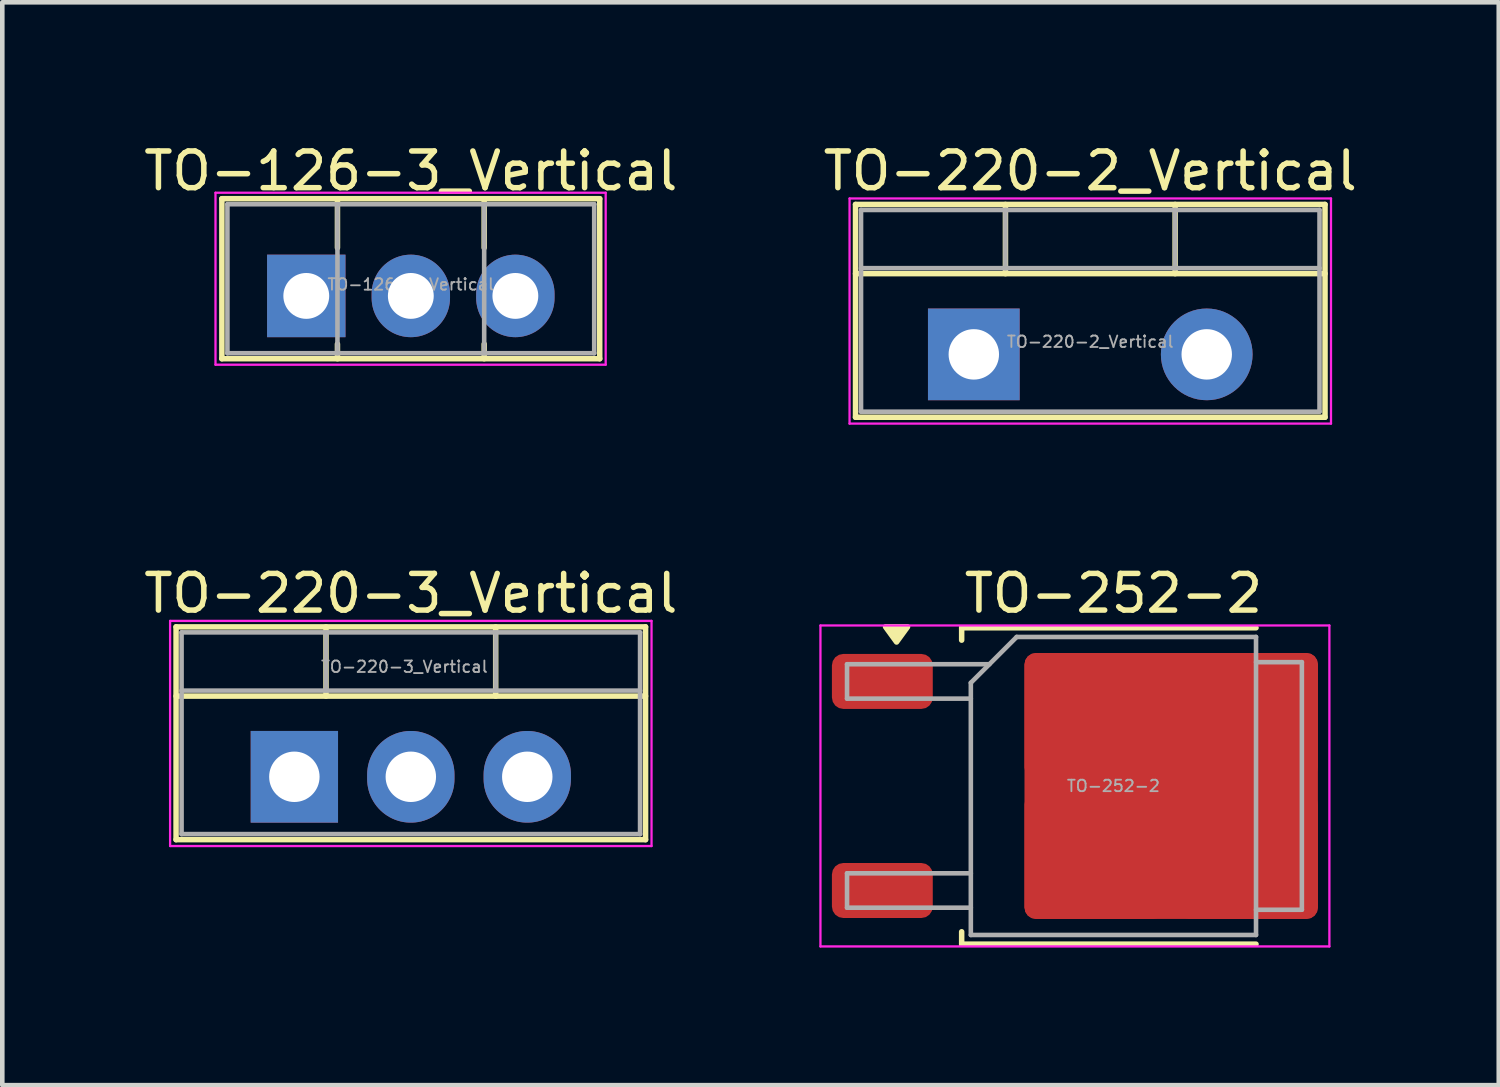
<source format=kicad_pcb>
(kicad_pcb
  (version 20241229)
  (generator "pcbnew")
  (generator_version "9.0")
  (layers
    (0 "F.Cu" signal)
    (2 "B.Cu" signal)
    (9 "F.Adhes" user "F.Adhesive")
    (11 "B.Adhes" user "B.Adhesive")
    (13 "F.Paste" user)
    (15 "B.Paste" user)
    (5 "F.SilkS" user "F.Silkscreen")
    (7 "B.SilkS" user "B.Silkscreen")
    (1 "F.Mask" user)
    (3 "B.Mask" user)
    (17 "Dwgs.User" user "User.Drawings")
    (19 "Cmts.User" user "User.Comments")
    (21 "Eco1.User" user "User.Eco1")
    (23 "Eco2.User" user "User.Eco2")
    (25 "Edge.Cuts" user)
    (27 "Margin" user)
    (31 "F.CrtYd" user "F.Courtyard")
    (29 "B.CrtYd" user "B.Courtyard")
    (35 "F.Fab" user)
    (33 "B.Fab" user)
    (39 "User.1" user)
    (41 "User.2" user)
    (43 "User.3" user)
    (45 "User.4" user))
  (footprint "TO-252-2"
    (layer "F.Cu")
    (at 21.234 14.092)
    (property "Reference" "TO-252-2" (at 0 -4.2 0) (layer "F.SilkS") (effects (font (size 0.8 0.8) (thickness 0.12))))
    (attr smd)
    (fp_line (start -3.31 -3.45) (end -3.31 -3.18) (stroke (width 0.12) (type solid)) (layer "F.SilkS"))
    (fp_line (start -3.31 3.45) (end -3.31 3.18) (stroke (width 0.12) (type solid)) (layer "F.SilkS"))
    (fp_line (start 3.11 -3.45) (end -3.31 -3.45) (stroke (width 0.12) (type solid)) (layer "F.SilkS"))
    (fp_line (start 3.11 3.45) (end -3.31 3.45) (stroke (width 0.12) (type solid)) (layer "F.SilkS"))
    (fp_poly (pts (xy -4.73 -3.14) (xy -4.97 -3.47) (xy -4.49 -3.47) (xy -4.73 -3.14)) (stroke (width 0.12) (type solid)) (fill yes) (layer "F.SilkS"))
    (fp_line (start -6.39 -3.5) (end -6.39 3.5) (stroke (width 0.05) (type solid)) (layer "F.CrtYd"))
    (fp_line (start -6.39 3.5) (end 4.71 3.5) (stroke (width 0.05) (type solid)) (layer "F.CrtYd"))
    (fp_line (start 4.71 -3.5) (end -6.39 -3.5) (stroke (width 0.05) (type solid)) (layer "F.CrtYd"))
    (fp_line (start 4.71 3.5) (end 4.71 -3.5) (stroke (width 0.05) (type solid)) (layer "F.CrtYd"))
    (fp_line (start -5.81 -2.655) (end -5.81 -1.905) (stroke (width 0.1) (type solid)) (layer "F.Fab"))
    (fp_line (start -5.81 -1.905) (end -3.11 -1.905) (stroke (width 0.1) (type solid)) (layer "F.Fab"))
    (fp_line (start -5.81 1.905) (end -5.81 2.655) (stroke (width 0.1) (type solid)) (layer "F.Fab"))
    (fp_line (start -5.81 2.655) (end -3.11 2.655) (stroke (width 0.1) (type solid)) (layer "F.Fab"))
    (fp_line (start -3.11 -2.25) (end -2.11 -3.25) (stroke (width 0.1) (type solid)) (layer "F.Fab"))
    (fp_line (start -3.11 1.905) (end -5.81 1.905) (stroke (width 0.1) (type solid)) (layer "F.Fab"))
    (fp_line (start -3.11 3.25) (end -3.11 -2.25) (stroke (width 0.1) (type solid)) (layer "F.Fab"))
    (fp_line (start -2.705 -2.655) (end -5.81 -2.655) (stroke (width 0.1) (type solid)) (layer "F.Fab"))
    (fp_line (start -2.11 -3.25) (end 3.11 -3.25) (stroke (width 0.1) (type solid)) (layer "F.Fab"))
    (fp_line (start 3.11 -3.25) (end 3.11 3.25) (stroke (width 0.1) (type solid)) (layer "F.Fab"))
    (fp_line (start 3.11 -2.7) (end 4.11 -2.7) (stroke (width 0.1) (type solid)) (layer "F.Fab"))
    (fp_line (start 3.11 3.25) (end -3.11 3.25) (stroke (width 0.1) (type solid)) (layer "F.Fab"))
    (fp_line (start 4.11 -2.7) (end 4.11 2.7) (stroke (width 0.1) (type solid)) (layer "F.Fab"))
    (fp_line (start 4.11 2.7) (end 3.11 2.7) (stroke (width 0.1) (type solid)) (layer "F.Fab"))
    (fp_text user "${REFERENCE}" (at 0 0 0) (layer "F.Fab") (effects (font (size 0.25 0.25) (thickness 0.04))))
    (pad "1" smd roundrect (at -5.04 -2.28) (size 2.2 1.2) (layers "F.Cu" "F.Mask" "F.Paste") (roundrect_rratio 0.208))
    (pad "2" smd roundrect (at -0.415 -1.525) (size 3.05 2.75) (layers "F.Cu" "F.Paste") (roundrect_rratio 0.091))
    (pad "2" smd roundrect (at -0.415 1.525) (size 3.05 2.75) (layers "F.Cu" "F.Paste") (roundrect_rratio 0.091))
    (pad "2" smd roundrect (at 1.26 0) (size 6.4 5.8) (layers "F.Cu" "F.Mask") (roundrect_rratio 0.043))
    (pad "2" smd roundrect (at 2.935 -1.525) (size 3.05 2.75) (layers "F.Cu" "F.Paste") (roundrect_rratio 0.091))
    (pad "2" smd roundrect (at 2.935 1.525) (size 3.05 2.75) (layers "F.Cu" "F.Paste") (roundrect_rratio 0.091))
    (pad "3" smd roundrect (at -5.04 2.28) (size 2.2 1.2) (layers "F.Cu" "F.Mask" "F.Paste") (roundrect_rratio 0.208)))
  (footprint "TO-220-3_Vertical"
    (layer "F.Cu")
    (at 3.37 13.892)
    (property "Reference" "TO-220-3_Vertical" (at 2.54 -4 0) (layer "F.SilkS") (effects (font (size 0.8 0.8) (thickness 0.12))))
    (attr through_hole)
    (fp_line (start -2.58 -3.27) (end -2.58 1.371) (stroke (width 0.12) (type solid)) (layer "F.SilkS"))
    (fp_line (start -2.58 -3.27) (end 7.66 -3.27) (stroke (width 0.12) (type solid)) (layer "F.SilkS"))
    (fp_line (start -2.58 -1.76) (end 7.66 -1.76) (stroke (width 0.12) (type solid)) (layer "F.SilkS"))
    (fp_line (start -2.58 1.371) (end 7.66 1.371) (stroke (width 0.12) (type solid)) (layer "F.SilkS"))
    (fp_line (start 0.69 -3.27) (end 0.69 -1.76) (stroke (width 0.12) (type solid)) (layer "F.SilkS"))
    (fp_line (start 4.391 -3.27) (end 4.391 -1.76) (stroke (width 0.12) (type solid)) (layer "F.SilkS"))
    (fp_line (start 7.66 -3.27) (end 7.66 1.371) (stroke (width 0.12) (type solid)) (layer "F.SilkS"))
    (fp_line (start -2.71 -3.4) (end -2.71 1.51) (stroke (width 0.05) (type solid)) (layer "F.CrtYd"))
    (fp_line (start -2.71 1.51) (end 7.79 1.51) (stroke (width 0.05) (type solid)) (layer "F.CrtYd"))
    (fp_line (start 7.79 -3.4) (end -2.71 -3.4) (stroke (width 0.05) (type solid)) (layer "F.CrtYd"))
    (fp_line (start 7.79 1.51) (end 7.79 -3.4) (stroke (width 0.05) (type solid)) (layer "F.CrtYd"))
    (fp_line (start -2.46 -3.15) (end -2.46 1.25) (stroke (width 0.1) (type solid)) (layer "F.Fab"))
    (fp_line (start -2.46 -1.88) (end 7.54 -1.88) (stroke (width 0.1) (type solid)) (layer "F.Fab"))
    (fp_line (start -2.46 1.25) (end 7.54 1.25) (stroke (width 0.1) (type solid)) (layer "F.Fab"))
    (fp_line (start 0.69 -3.15) (end 0.69 -1.88) (stroke (width 0.1) (type solid)) (layer "F.Fab"))
    (fp_line (start 4.39 -3.15) (end 4.39 -1.88) (stroke (width 0.1) (type solid)) (layer "F.Fab"))
    (fp_line (start 7.54 -3.15) (end -2.46 -3.15) (stroke (width 0.1) (type solid)) (layer "F.Fab"))
    (fp_line (start 7.54 1.25) (end 7.54 -3.15) (stroke (width 0.1) (type solid)) (layer "F.Fab"))
    (fp_text user "${REFERENCE}" (at 2.4 -2.4 0) (layer "F.Fab") (effects (font (size 0.25 0.25) (thickness 0.04))))
    (pad "1" thru_hole rect (at 0 0) (size 1.905 2) (drill 1.1) (layers "*.Cu" "*.Mask"))
    (pad "2" thru_hole oval (at 2.54 0) (size 1.905 2) (drill 1.1) (layers "*.Cu" "*.Mask"))
    (pad "3" thru_hole oval (at 5.08 0) (size 1.905 2) (drill 1.1) (layers "*.Cu" "*.Mask")))
  (footprint "TO-220-2_Vertical"
    (layer "F.Cu")
    (at 18.189 4.679)
    (property "Reference" "TO-220-2_Vertical" (at 2.54 -4 0) (layer "F.SilkS") (effects (font (size 0.8 0.8) (thickness 0.12))))
    (attr through_hole)
    (fp_line (start -2.58 -3.27) (end -2.58 1.371) (stroke (width 0.12) (type solid)) (layer "F.SilkS"))
    (fp_line (start -2.58 -3.27) (end 7.66 -3.27) (stroke (width 0.12) (type solid)) (layer "F.SilkS"))
    (fp_line (start -2.58 -1.76) (end 7.66 -1.76) (stroke (width 0.12) (type solid)) (layer "F.SilkS"))
    (fp_line (start -2.58 1.371) (end 7.66 1.371) (stroke (width 0.12) (type solid)) (layer "F.SilkS"))
    (fp_line (start 0.69 -3.27) (end 0.69 -1.76) (stroke (width 0.12) (type solid)) (layer "F.SilkS"))
    (fp_line (start 4.391 -3.27) (end 4.391 -1.76) (stroke (width 0.12) (type solid)) (layer "F.SilkS"))
    (fp_line (start 7.66 -3.27) (end 7.66 1.371) (stroke (width 0.12) (type solid)) (layer "F.SilkS"))
    (fp_line (start -2.71 -3.4) (end -2.71 1.51) (stroke (width 0.05) (type solid)) (layer "F.CrtYd"))
    (fp_line (start -2.71 1.51) (end 7.79 1.51) (stroke (width 0.05) (type solid)) (layer "F.CrtYd"))
    (fp_line (start 7.79 -3.4) (end -2.71 -3.4) (stroke (width 0.05) (type solid)) (layer "F.CrtYd"))
    (fp_line (start 7.79 1.51) (end 7.79 -3.4) (stroke (width 0.05) (type solid)) (layer "F.CrtYd"))
    (fp_line (start -2.46 -3.15) (end -2.46 1.25) (stroke (width 0.1) (type solid)) (layer "F.Fab"))
    (fp_line (start -2.46 -1.88) (end 7.54 -1.88) (stroke (width 0.1) (type solid)) (layer "F.Fab"))
    (fp_line (start -2.46 1.25) (end 7.54 1.25) (stroke (width 0.1) (type solid)) (layer "F.Fab"))
    (fp_line (start 0.69 -3.15) (end 0.69 -1.88) (stroke (width 0.1) (type solid)) (layer "F.Fab"))
    (fp_line (start 4.39 -3.15) (end 4.39 -1.88) (stroke (width 0.1) (type solid)) (layer "F.Fab"))
    (fp_line (start 7.54 -3.15) (end -2.46 -3.15) (stroke (width 0.1) (type solid)) (layer "F.Fab"))
    (fp_line (start 7.54 1.25) (end 7.54 -3.15) (stroke (width 0.1) (type solid)) (layer "F.Fab"))
    (fp_text user "${REFERENCE}" (at 2.54 -0.275 0) (layer "F.Fab") (effects (font (size 0.25 0.25) (thickness 0.04))))
    (pad "1" thru_hole rect (at 0 0) (size 2 2) (drill 1.1) (layers "*.Cu" "*.Mask"))
    (pad "2" thru_hole oval (at 5.08 0) (size 2 2) (drill 1.1) (layers "*.Cu" "*.Mask")))
  (footprint "TO-126-3_Vertical"
    (layer "F.Cu")
    (at 3.63 3.404)
    (property "Reference" "TO-126-3_Vertical" (at 2.28 -2.725 0) (layer "F.SilkS") (effects (font (size 0.8 0.8) (thickness 0.12))))
    (attr through_hole)
    (fp_line (start -1.841 -2.12) (end -1.841 1.37) (stroke (width 0.12) (type solid)) (layer "F.SilkS"))
    (fp_line (start -1.841 -2.12) (end 6.4 -2.12) (stroke (width 0.12) (type solid)) (layer "F.SilkS"))
    (fp_line (start -1.841 1.37) (end 6.4 1.37) (stroke (width 0.12) (type solid)) (layer "F.SilkS"))
    (fp_line (start 0.68 -2.12) (end 0.68 -1.05) (stroke (width 0.12) (type solid)) (layer "F.SilkS"))
    (fp_line (start 0.68 1.05) (end 0.68 1.37) (stroke (width 0.12) (type solid)) (layer "F.SilkS"))
    (fp_line (start 3.88 -2.12) (end 3.88 -1.05) (stroke (width 0.12) (type solid)) (layer "F.SilkS"))
    (fp_line (start 3.88 1.05) (end 3.88 1.37) (stroke (width 0.12) (type solid)) (layer "F.SilkS"))
    (fp_line (start 6.4 -2.12) (end 6.4 1.37) (stroke (width 0.12) (type solid)) (layer "F.SilkS"))
    (fp_line (start -1.98 -2.25) (end -1.98 1.5) (stroke (width 0.05) (type solid)) (layer "F.CrtYd"))
    (fp_line (start -1.98 1.5) (end 6.53 1.5) (stroke (width 0.05) (type solid)) (layer "F.CrtYd"))
    (fp_line (start 6.53 -2.25) (end -1.98 -2.25) (stroke (width 0.05) (type solid)) (layer "F.CrtYd"))
    (fp_line (start 6.53 1.5) (end 6.53 -2.25) (stroke (width 0.05) (type solid)) (layer "F.CrtYd"))
    (fp_line (start -1.72 -2) (end -1.72 1.25) (stroke (width 0.1) (type solid)) (layer "F.Fab"))
    (fp_line (start -1.72 1.25) (end 6.28 1.25) (stroke (width 0.1) (type solid)) (layer "F.Fab"))
    (fp_line (start 0.68 -2) (end 0.68 1.25) (stroke (width 0.1) (type solid)) (layer "F.Fab"))
    (fp_line (start 3.88 -2) (end 3.88 1.25) (stroke (width 0.1) (type solid)) (layer "F.Fab"))
    (fp_line (start 6.28 -2) (end -1.72 -2) (stroke (width 0.1) (type solid)) (layer "F.Fab"))
    (fp_line (start 6.28 1.25) (end 6.28 -2) (stroke (width 0.1) (type solid)) (layer "F.Fab"))
    (fp_text user "${REFERENCE}" (at 2.28 -0.25 0) (layer "F.Fab") (effects (font (size 0.25 0.25) (thickness 0.04))))
    (pad "1" thru_hole rect (at 0 0) (size 1.71 1.8) (drill 1) (layers "*.Cu" "*.Mask"))
    (pad "2" thru_hole oval (at 2.28 0) (size 1.71 1.8) (drill 1) (layers "*.Cu" "*.Mask"))
    (pad "3" thru_hole oval (at 4.56 0) (size 1.71 1.8) (drill 1) (layers "*.Cu" "*.Mask")))
  (gr_rect
    (start -3 -3)
    (end 29.638 20.617)
    (stroke (width 0.1) (type default))
    (fill no)
    (layer "Edge.Cuts")))
</source>
